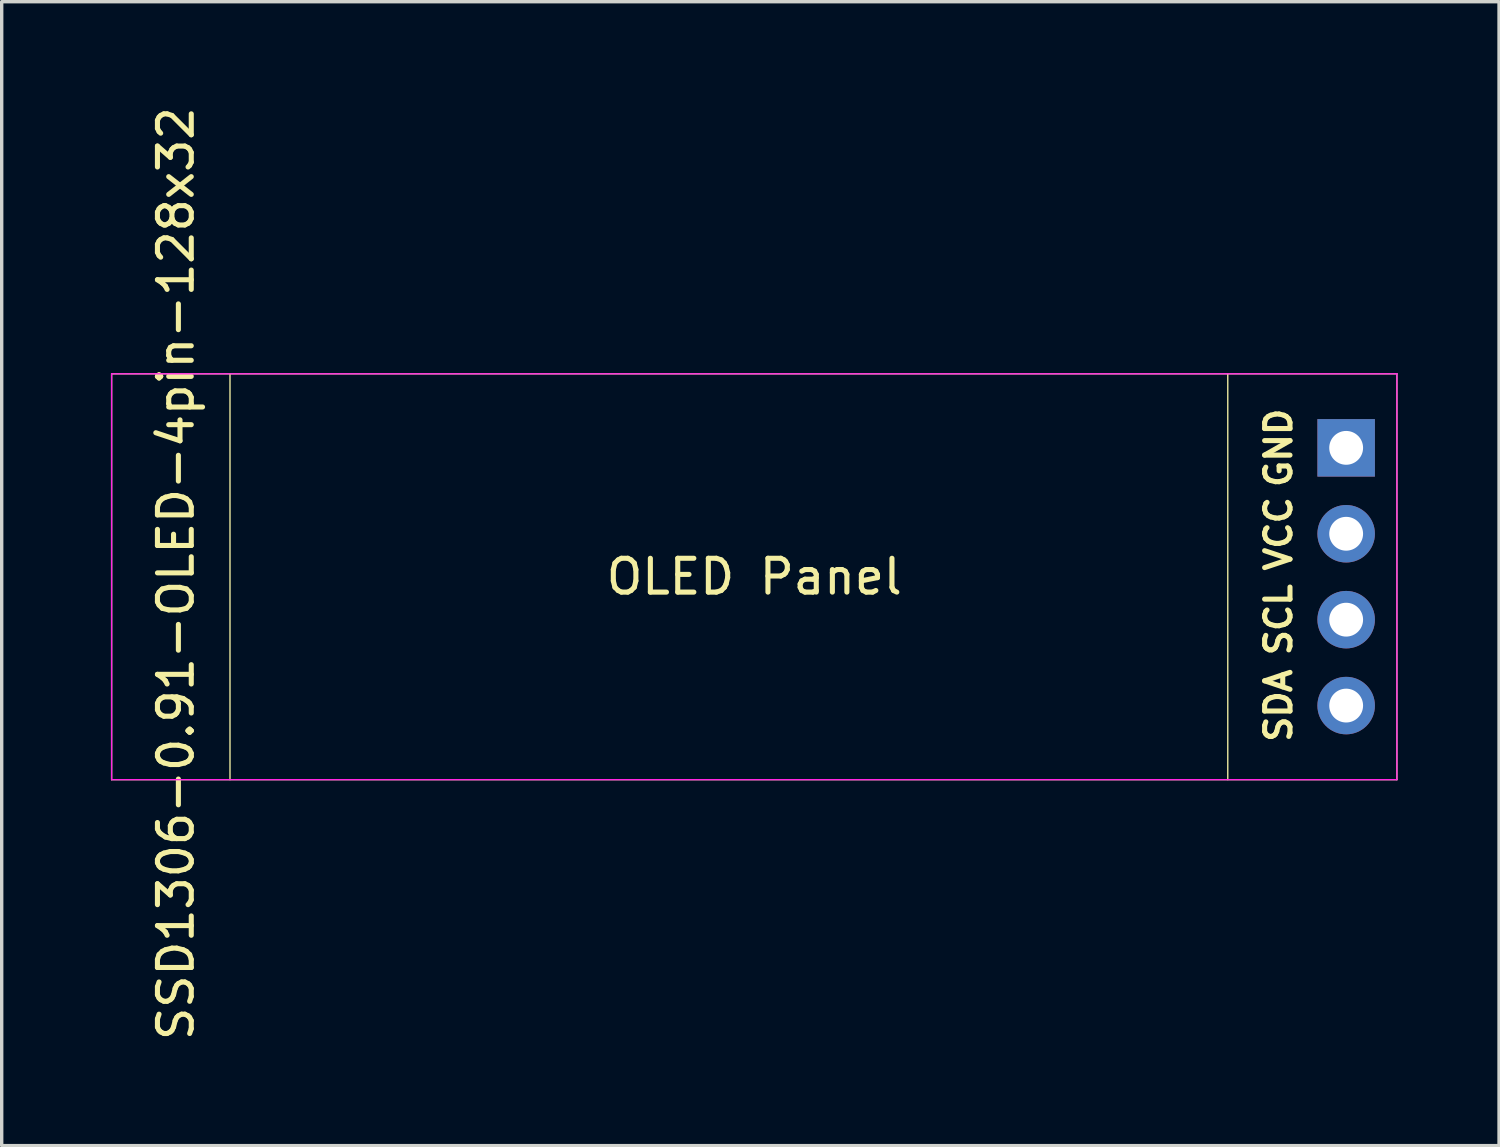
<source format=kicad_pcb>
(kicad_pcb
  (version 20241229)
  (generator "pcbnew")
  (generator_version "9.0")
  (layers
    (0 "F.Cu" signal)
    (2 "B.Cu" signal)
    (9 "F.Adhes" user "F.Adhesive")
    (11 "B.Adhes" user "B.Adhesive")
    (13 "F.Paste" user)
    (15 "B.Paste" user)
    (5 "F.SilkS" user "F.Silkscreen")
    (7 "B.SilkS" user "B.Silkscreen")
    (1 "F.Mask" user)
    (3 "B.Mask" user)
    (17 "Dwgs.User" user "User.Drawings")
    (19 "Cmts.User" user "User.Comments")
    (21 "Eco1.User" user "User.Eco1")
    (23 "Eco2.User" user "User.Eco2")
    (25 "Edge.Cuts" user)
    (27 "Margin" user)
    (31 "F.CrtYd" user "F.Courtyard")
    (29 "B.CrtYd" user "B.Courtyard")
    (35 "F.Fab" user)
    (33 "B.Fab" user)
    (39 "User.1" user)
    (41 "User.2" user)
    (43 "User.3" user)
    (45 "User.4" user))
  (footprint "SSD1306-0.91-OLED-4pin-128x32"
    (layer "F.Cu")
    (at 0.25 8.001)
    (property "Reference" "SSD1306-0.91-OLED-4pin-128x32" (at 1.9 5.91 90) (layer "F.SilkS") (effects (font (size 1 1) (thickness 0.15))))
    (attr through_hole)
    (fp_line (start 0 0) (end 0 12) (stroke (width 0.04) (type solid)) (layer "F.SilkS"))
    (fp_line (start 0 12) (end 38 12) (stroke (width 0.04) (type solid)) (layer "F.SilkS"))
    (fp_line (start 3.5 0) (end 3.5 12) (stroke (width 0.04) (type solid)) (layer "F.SilkS"))
    (fp_line (start 33 0) (end 33 12) (stroke (width 0.04) (type solid)) (layer "F.SilkS"))
    (fp_line (start 38 0) (end 0 0) (stroke (width 0.04) (type solid)) (layer "F.SilkS"))
    (fp_line (start 38 12) (end 38 0) (stroke (width 0.04) (type solid)) (layer "F.SilkS"))
    (fp_line (start 0 0) (end 0 12) (stroke (width 0.04) (type solid)) (layer "F.CrtYd"))
    (fp_line (start 0 12) (end 38 12) (stroke (width 0.04) (type solid)) (layer "F.CrtYd"))
    (fp_line (start 38 0) (end 0 0) (stroke (width 0.04) (type solid)) (layer "F.CrtYd"))
    (fp_line (start 38 12) (end 38 0) (stroke (width 0.04) (type solid)) (layer "F.CrtYd"))
    (fp_text user "SCL" (at 34.5 7.27 270) (layer "F.SilkS") (effects (font (size 0.75 0.75) (thickness 0.15))))
    (fp_text user "VCC" (at 34.5 4.73 270) (layer "F.SilkS") (effects (font (size 0.75 0.75) (thickness 0.15))))
    (fp_text user "GND" (at 34.5 2.19 270) (layer "F.SilkS") (effects (font (size 0.75 0.75) (thickness 0.15))))
    (fp_text user "OLED Panel" (at 19 6 0) (layer "F.SilkS") (effects (font (size 1 1) (thickness 0.15))))
    (fp_text user "SDA" (at 34.5 9.81 270) (layer "F.SilkS") (effects (font (size 0.75 0.75) (thickness 0.15))))
    (pad "1" thru_hole rect (at 36.5 2.19) (size 1.7 1.7) (drill 1) (layers "*.Cu" "*.Mask"))
    (pad "2" thru_hole oval (at 36.5 4.73) (size 1.7 1.7) (drill 1) (layers "*.Cu" "*.Mask"))
    (pad "3" thru_hole oval (at 36.5 7.27) (size 1.7 1.7) (drill 1) (layers "*.Cu" "*.Mask"))
    (pad "4" thru_hole oval (at 36.5 9.81) (size 1.7 1.7) (drill 1) (layers "*.Cu" "*.Mask")))
  (gr_rect
    (start -3 -3)
    (end 41.27 30.821)
    (stroke (width 0.1) (type default))
    (fill no)
    (layer "Edge.Cuts")))
</source>
